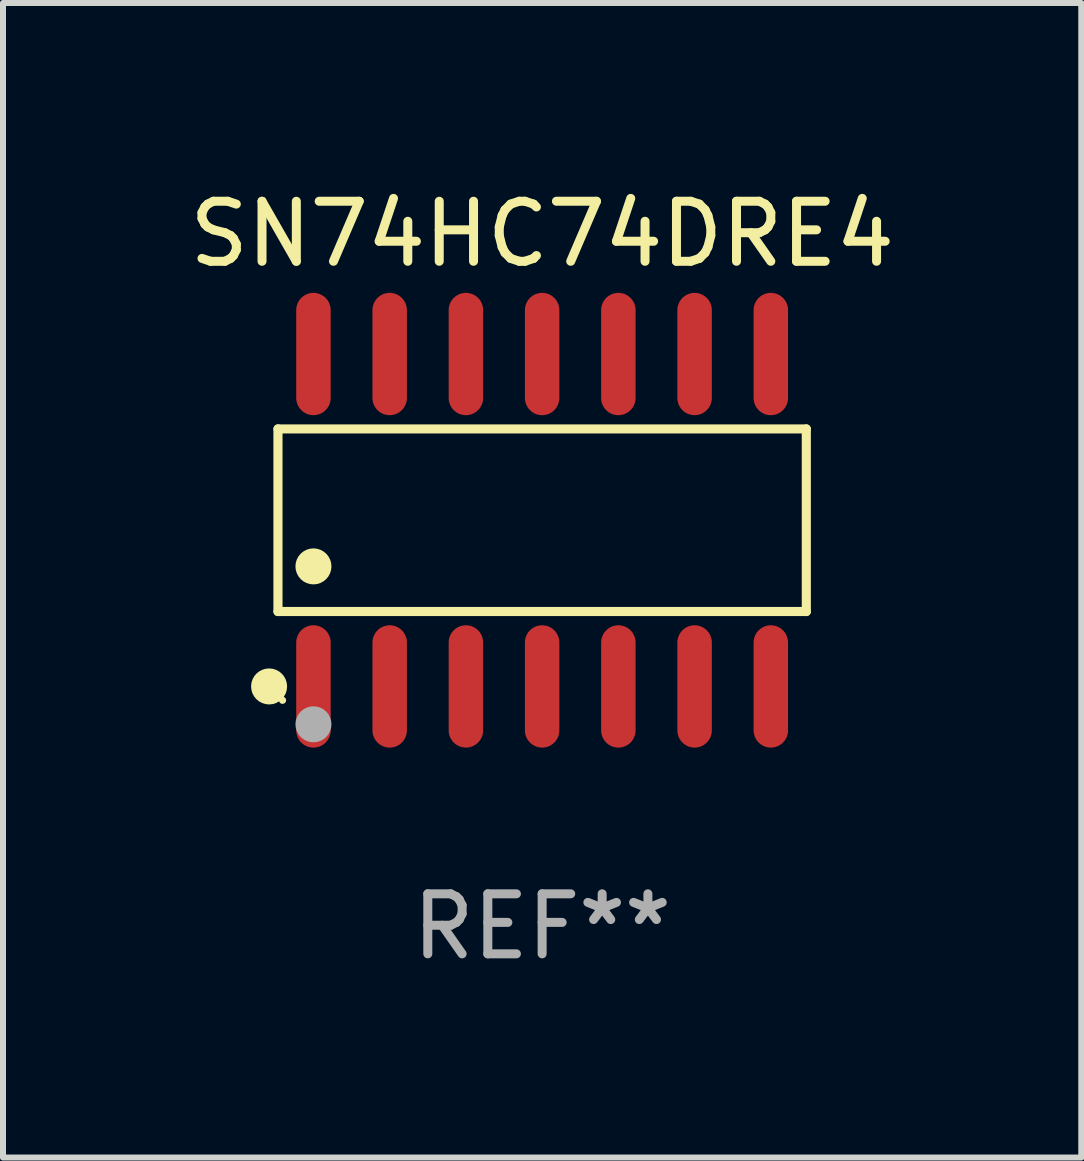
<source format=kicad_pcb>
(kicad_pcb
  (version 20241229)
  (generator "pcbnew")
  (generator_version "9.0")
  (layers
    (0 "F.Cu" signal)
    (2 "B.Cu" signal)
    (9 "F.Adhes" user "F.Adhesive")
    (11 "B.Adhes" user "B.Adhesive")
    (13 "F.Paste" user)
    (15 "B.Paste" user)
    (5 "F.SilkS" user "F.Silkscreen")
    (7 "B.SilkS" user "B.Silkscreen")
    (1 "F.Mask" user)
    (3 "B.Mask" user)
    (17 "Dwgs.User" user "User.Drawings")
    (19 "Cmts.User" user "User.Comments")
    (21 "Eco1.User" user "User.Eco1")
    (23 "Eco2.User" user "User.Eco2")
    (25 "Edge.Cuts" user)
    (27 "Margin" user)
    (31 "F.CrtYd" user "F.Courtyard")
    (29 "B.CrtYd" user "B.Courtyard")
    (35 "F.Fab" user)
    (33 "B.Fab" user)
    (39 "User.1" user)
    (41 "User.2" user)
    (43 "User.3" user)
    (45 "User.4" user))
  (footprint "SN74HC74DRE4"
    (layer "F.Cu")
    (at 5.982 5.617)
    (property "Reference" "SN74HC74DRE4" (at 0 -4.769 0) (layer "F.SilkS") (effects (font (size 1 1) (thickness 0.15))))
    (attr through_hole)
    (fp_line (start -4.401 -1.521) (end 4.401 -1.521) (stroke (width 0.152) (type solid)) (layer "F.SilkS"))
    (fp_line (start -4.401 1.521) (end -4.401 -1.521) (stroke (width 0.152) (type solid)) (layer "F.SilkS"))
    (fp_line (start 4.401 -1.521) (end 4.401 1.521) (stroke (width 0.152) (type solid)) (layer "F.SilkS"))
    (fp_line (start 4.401 1.521) (end -4.401 1.521) (stroke (width 0.152) (type solid)) (layer "F.SilkS"))
    (fp_circle (center -4.549 2.769) (end -4.399 2.769) (stroke (width 0.3) (type solid)) (fill no) (layer "F.SilkS"))
    (fp_circle (center -4.325 3) (end -4.295 3) (stroke (width 0.06) (type solid)) (fill no) (layer "F.SilkS"))
    (fp_circle (center -3.81 0.769) (end -3.66 0.769) (stroke (width 0.3) (type solid)) (fill no) (layer "F.SilkS"))
    (fp_circle (center -3.81 3.4) (end -3.66 3.4) (stroke (width 0.3) (type solid)) (fill no) (layer "F.Fab"))
    (fp_text user "REF**" (at 0 6.769 0) (layer "F.Fab") (effects (font (size 1 1) (thickness 0.15))))
    (pad "1" smd oval (at -3.81 2.769) (size 0.574 2.038) (layers "F.Cu" "F.Mask" "F.Paste"))
    (pad "2" smd oval (at -2.54 2.769) (size 0.574 2.038) (layers "F.Cu" "F.Mask" "F.Paste"))
    (pad "3" smd oval (at -1.27 2.769) (size 0.574 2.038) (layers "F.Cu" "F.Mask" "F.Paste"))
    (pad "4" smd oval (at 0 2.769) (size 0.574 2.038) (layers "F.Cu" "F.Mask" "F.Paste"))
    (pad "5" smd oval (at 1.27 2.769) (size 0.574 2.038) (layers "F.Cu" "F.Mask" "F.Paste"))
    (pad "6" smd oval (at 2.54 2.769) (size 0.574 2.038) (layers "F.Cu" "F.Mask" "F.Paste"))
    (pad "7" smd oval (at 3.81 2.769) (size 0.574 2.038) (layers "F.Cu" "F.Mask" "F.Paste"))
    (pad "8" smd oval (at 3.81 -2.769) (size 0.574 2.038) (layers "F.Cu" "F.Mask" "F.Paste"))
    (pad "9" smd oval (at 2.54 -2.769) (size 0.574 2.038) (layers "F.Cu" "F.Mask" "F.Paste"))
    (pad "10" smd oval (at 1.27 -2.769) (size 0.574 2.038) (layers "F.Cu" "F.Mask" "F.Paste"))
    (pad "11" smd oval (at 0 -2.769) (size 0.574 2.038) (layers "F.Cu" "F.Mask" "F.Paste"))
    (pad "12" smd oval (at -1.27 -2.769) (size 0.574 2.038) (layers "F.Cu" "F.Mask" "F.Paste"))
    (pad "13" smd oval (at -2.54 -2.769) (size 0.574 2.038) (layers "F.Cu" "F.Mask" "F.Paste"))
    (pad "14" smd oval (at -3.81 -2.769) (size 0.574 2.038) (layers "F.Cu" "F.Mask" "F.Paste")))
  (gr_rect
    (start -3 -3)
    (end 14.964 16.235)
    (stroke (width 0.1) (type default))
    (fill no)
    (layer "Edge.Cuts")))
</source>
